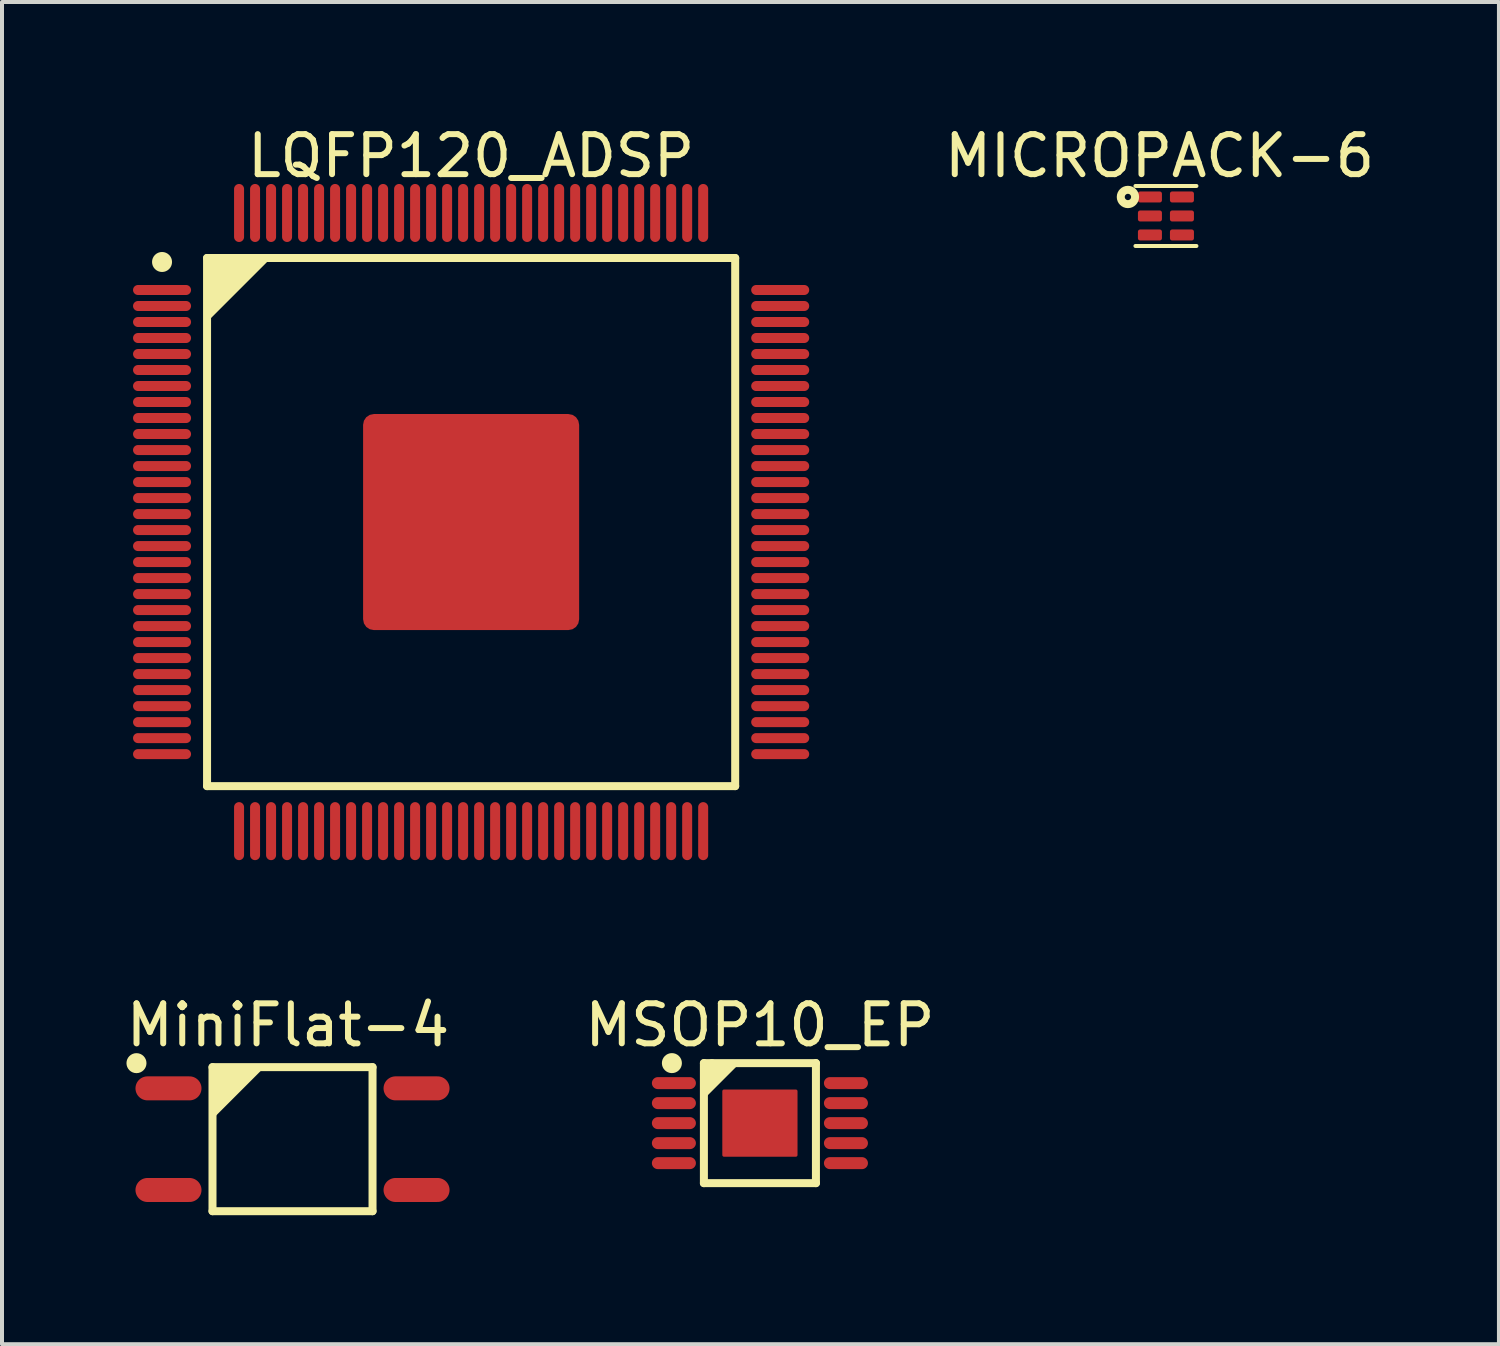
<source format=kicad_pcb>
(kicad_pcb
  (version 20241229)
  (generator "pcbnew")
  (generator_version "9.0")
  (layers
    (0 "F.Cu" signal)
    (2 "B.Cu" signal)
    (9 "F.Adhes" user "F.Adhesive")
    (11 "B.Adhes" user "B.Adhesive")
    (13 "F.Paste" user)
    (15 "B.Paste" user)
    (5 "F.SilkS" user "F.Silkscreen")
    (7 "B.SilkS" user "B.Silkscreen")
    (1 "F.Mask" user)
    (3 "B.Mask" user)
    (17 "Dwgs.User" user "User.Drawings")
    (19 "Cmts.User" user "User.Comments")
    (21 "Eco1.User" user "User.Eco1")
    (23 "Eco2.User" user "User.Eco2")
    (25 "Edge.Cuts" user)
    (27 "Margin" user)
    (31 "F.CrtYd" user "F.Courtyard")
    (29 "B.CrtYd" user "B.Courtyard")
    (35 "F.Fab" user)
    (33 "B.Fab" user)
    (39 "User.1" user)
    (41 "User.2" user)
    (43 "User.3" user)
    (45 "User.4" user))
  (footprint "LQFP120_ADSP"
    (layer "F.Cu")
    (at 8.725 9.998)
    (property "Reference" "LQFP120_ADSP" (at 0 -9.15 0) (layer "F.SilkS") (effects (font (size 1 1) (thickness 0.15))))
    (fp_line (start -6.6 -6.6) (end 6.6 -6.6) (stroke (width 0.2) (type solid)) (layer "F.SilkS"))
    (fp_line (start -6.6 6.6) (end -6.6 -6.6) (stroke (width 0.2) (type solid)) (layer "F.SilkS"))
    (fp_line (start -6.6 6.6) (end 6.6 6.6) (stroke (width 0.2) (type solid)) (layer "F.SilkS"))
    (fp_line (start 6.6 6.6) (end 6.6 -6.6) (stroke (width 0.2) (type solid)) (layer "F.SilkS"))
    (fp_circle (center -7.725 -6.5) (end -7.725 -6.625) (stroke (width 0.25) (type solid)) (fill no) (layer "F.SilkS"))
    (fp_poly (pts (xy -6.55 -6.55) (xy -5.05 -6.55) (xy -6.55 -5.05)) (stroke (width 0) (type default)) (fill yes) (layer "F.SilkS"))
    (fp_line (start -8.7 -8.7) (end 8.7 -8.7) (stroke (width 0.05) (type solid)) (layer "Eco2.User"))
    (fp_line (start -8.7 8.7) (end -8.7 -8.7) (stroke (width 0.05) (type solid)) (layer "Eco2.User"))
    (fp_line (start -8.7 8.7) (end 8.7 8.7) (stroke (width 0.05) (type solid)) (layer "Eco2.User"))
    (fp_line (start 8.7 8.7) (end 8.7 -8.7) (stroke (width 0.05) (type solid)) (layer "Eco2.User"))
    (fp_line (start -0.5 0) (end 0.5 0) (stroke (width 0.1) (type solid)) (layer "User.4"))
    (fp_line (start 0 0.5) (end 0 -0.5) (stroke (width 0.1) (type solid)) (layer "User.4"))
    (pad "1" smd oval (at -7.725 -5.8 90) (size 0.25 1.45) (layers "F.Cu" "F.Mask" "F.Paste"))
    (pad "2" smd oval (at -7.725 -5.4 90) (size 0.25 1.45) (layers "F.Cu" "F.Mask" "F.Paste"))
    (pad "3" smd oval (at -7.725 -5 90) (size 0.25 1.45) (layers "F.Cu" "F.Mask" "F.Paste"))
    (pad "4" smd oval (at -7.725 -4.6 90) (size 0.25 1.45) (layers "F.Cu" "F.Mask" "F.Paste"))
    (pad "5" smd oval (at -7.725 -4.2 90) (size 0.25 1.45) (layers "F.Cu" "F.Mask" "F.Paste"))
    (pad "6" smd oval (at -7.725 -3.8 90) (size 0.25 1.45) (layers "F.Cu" "F.Mask" "F.Paste"))
    (pad "7" smd oval (at -7.725 -3.4 90) (size 0.25 1.45) (layers "F.Cu" "F.Mask" "F.Paste"))
    (pad "8" smd oval (at -7.725 -3 90) (size 0.25 1.45) (layers "F.Cu" "F.Mask" "F.Paste"))
    (pad "9" smd oval (at -7.725 -2.6 90) (size 0.25 1.45) (layers "F.Cu" "F.Mask" "F.Paste"))
    (pad "10" smd oval (at -7.725 -2.2 90) (size 0.25 1.45) (layers "F.Cu" "F.Mask" "F.Paste"))
    (pad "11" smd oval (at -7.725 -1.8 90) (size 0.25 1.45) (layers "F.Cu" "F.Mask" "F.Paste"))
    (pad "12" smd oval (at -7.725 -1.4 90) (size 0.25 1.45) (layers "F.Cu" "F.Mask" "F.Paste"))
    (pad "13" smd oval (at -7.725 -1 90) (size 0.25 1.45) (layers "F.Cu" "F.Mask" "F.Paste"))
    (pad "14" smd oval (at -7.725 -0.6 90) (size 0.25 1.45) (layers "F.Cu" "F.Mask" "F.Paste"))
    (pad "15" smd oval (at -7.725 -0.2 90) (size 0.25 1.45) (layers "F.Cu" "F.Mask" "F.Paste"))
    (pad "16" smd oval (at -7.725 0.2 90) (size 0.25 1.45) (layers "F.Cu" "F.Mask" "F.Paste"))
    (pad "17" smd oval (at -7.725 0.6 90) (size 0.25 1.45) (layers "F.Cu" "F.Mask" "F.Paste"))
    (pad "18" smd oval (at -7.725 1 90) (size 0.25 1.45) (layers "F.Cu" "F.Mask" "F.Paste"))
    (pad "19" smd oval (at -7.725 1.4 90) (size 0.25 1.45) (layers "F.Cu" "F.Mask" "F.Paste"))
    (pad "20" smd oval (at -7.725 1.8 90) (size 0.25 1.45) (layers "F.Cu" "F.Mask" "F.Paste"))
    (pad "21" smd oval (at -7.725 2.2 90) (size 0.25 1.45) (layers "F.Cu" "F.Mask" "F.Paste"))
    (pad "22" smd oval (at -7.725 2.6 90) (size 0.25 1.45) (layers "F.Cu" "F.Mask" "F.Paste"))
    (pad "23" smd oval (at -7.725 3 90) (size 0.25 1.45) (layers "F.Cu" "F.Mask" "F.Paste"))
    (pad "24" smd oval (at -7.725 3.4 90) (size 0.25 1.45) (layers "F.Cu" "F.Mask" "F.Paste"))
    (pad "25" smd oval (at -7.725 3.8 90) (size 0.25 1.45) (layers "F.Cu" "F.Mask" "F.Paste"))
    (pad "26" smd oval (at -7.725 4.2 90) (size 0.25 1.45) (layers "F.Cu" "F.Mask" "F.Paste"))
    (pad "27" smd oval (at -7.725 4.6 90) (size 0.25 1.45) (layers "F.Cu" "F.Mask" "F.Paste"))
    (pad "28" smd oval (at -7.725 5 90) (size 0.25 1.45) (layers "F.Cu" "F.Mask" "F.Paste"))
    (pad "29" smd oval (at -7.725 5.4 90) (size 0.25 1.45) (layers "F.Cu" "F.Mask" "F.Paste"))
    (pad "30" smd oval (at -7.725 5.8 90) (size 0.25 1.45) (layers "F.Cu" "F.Mask" "F.Paste"))
    (pad "31" smd oval (at -5.8 7.725) (size 0.25 1.45) (layers "F.Cu" "F.Mask" "F.Paste"))
    (pad "32" smd oval (at -5.4 7.725) (size 0.25 1.45) (layers "F.Cu" "F.Mask" "F.Paste"))
    (pad "33" smd oval (at -5 7.725) (size 0.25 1.45) (layers "F.Cu" "F.Mask" "F.Paste"))
    (pad "34" smd oval (at -4.6 7.725) (size 0.25 1.45) (layers "F.Cu" "F.Mask" "F.Paste"))
    (pad "35" smd oval (at -4.2 7.725) (size 0.25 1.45) (layers "F.Cu" "F.Mask" "F.Paste"))
    (pad "36" smd oval (at -3.8 7.725) (size 0.25 1.45) (layers "F.Cu" "F.Mask" "F.Paste"))
    (pad "37" smd oval (at -3.4 7.725) (size 0.25 1.45) (layers "F.Cu" "F.Mask" "F.Paste"))
    (pad "38" smd oval (at -3 7.725) (size 0.25 1.45) (layers "F.Cu" "F.Mask" "F.Paste"))
    (pad "39" smd oval (at -2.6 7.725) (size 0.25 1.45) (layers "F.Cu" "F.Mask" "F.Paste"))
    (pad "40" smd oval (at -2.2 7.725) (size 0.25 1.45) (layers "F.Cu" "F.Mask" "F.Paste"))
    (pad "41" smd oval (at -1.8 7.725) (size 0.25 1.45) (layers "F.Cu" "F.Mask" "F.Paste"))
    (pad "42" smd oval (at -1.4 7.725) (size 0.25 1.45) (layers "F.Cu" "F.Mask" "F.Paste"))
    (pad "43" smd oval (at -1 7.725) (size 0.25 1.45) (layers "F.Cu" "F.Mask" "F.Paste"))
    (pad "44" smd oval (at -0.6 7.725) (size 0.25 1.45) (layers "F.Cu" "F.Mask" "F.Paste"))
    (pad "45" smd oval (at -0.2 7.725) (size 0.25 1.45) (layers "F.Cu" "F.Mask" "F.Paste"))
    (pad "46" smd oval (at 0.2 7.725) (size 0.25 1.45) (layers "F.Cu" "F.Mask" "F.Paste"))
    (pad "47" smd oval (at 0.6 7.725) (size 0.25 1.45) (layers "F.Cu" "F.Mask" "F.Paste"))
    (pad "48" smd oval (at 1 7.725) (size 0.25 1.45) (layers "F.Cu" "F.Mask" "F.Paste"))
    (pad "49" smd oval (at 1.4 7.725) (size 0.25 1.45) (layers "F.Cu" "F.Mask" "F.Paste"))
    (pad "50" smd oval (at 1.8 7.725) (size 0.25 1.45) (layers "F.Cu" "F.Mask" "F.Paste"))
    (pad "51" smd oval (at 2.2 7.725) (size 0.25 1.45) (layers "F.Cu" "F.Mask" "F.Paste"))
    (pad "52" smd oval (at 2.6 7.725) (size 0.25 1.45) (layers "F.Cu" "F.Mask" "F.Paste"))
    (pad "53" smd oval (at 3 7.725) (size 0.25 1.45) (layers "F.Cu" "F.Mask" "F.Paste"))
    (pad "54" smd oval (at 3.4 7.725) (size 0.25 1.45) (layers "F.Cu" "F.Mask" "F.Paste"))
    (pad "55" smd oval (at 3.8 7.725) (size 0.25 1.45) (layers "F.Cu" "F.Mask" "F.Paste"))
    (pad "56" smd oval (at 4.2 7.725) (size 0.25 1.45) (layers "F.Cu" "F.Mask" "F.Paste"))
    (pad "57" smd oval (at 4.6 7.725) (size 0.25 1.45) (layers "F.Cu" "F.Mask" "F.Paste"))
    (pad "58" smd oval (at 5 7.725) (size 0.25 1.45) (layers "F.Cu" "F.Mask" "F.Paste"))
    (pad "59" smd oval (at 5.4 7.725) (size 0.25 1.45) (layers "F.Cu" "F.Mask" "F.Paste"))
    (pad "60" smd oval (at 5.8 7.725) (size 0.25 1.45) (layers "F.Cu" "F.Mask" "F.Paste"))
    (pad "61" smd oval (at 7.725 5.8 90) (size 0.25 1.45) (layers "F.Cu" "F.Mask" "F.Paste"))
    (pad "62" smd oval (at 7.725 5.4 90) (size 0.25 1.45) (layers "F.Cu" "F.Mask" "F.Paste"))
    (pad "63" smd oval (at 7.725 5 90) (size 0.25 1.45) (layers "F.Cu" "F.Mask" "F.Paste"))
    (pad "64" smd oval (at 7.725 4.6 90) (size 0.25 1.45) (layers "F.Cu" "F.Mask" "F.Paste"))
    (pad "65" smd oval (at 7.725 4.2 90) (size 0.25 1.45) (layers "F.Cu" "F.Mask" "F.Paste"))
    (pad "66" smd oval (at 7.725 3.8 90) (size 0.25 1.45) (layers "F.Cu" "F.Mask" "F.Paste"))
    (pad "67" smd oval (at 7.725 3.4 90) (size 0.25 1.45) (layers "F.Cu" "F.Mask" "F.Paste"))
    (pad "68" smd oval (at 7.725 3 90) (size 0.25 1.45) (layers "F.Cu" "F.Mask" "F.Paste"))
    (pad "69" smd oval (at 7.725 2.6 90) (size 0.25 1.45) (layers "F.Cu" "F.Mask" "F.Paste"))
    (pad "70" smd oval (at 7.725 2.2 90) (size 0.25 1.45) (layers "F.Cu" "F.Mask" "F.Paste"))
    (pad "71" smd oval (at 7.725 1.8 90) (size 0.25 1.45) (layers "F.Cu" "F.Mask" "F.Paste"))
    (pad "72" smd oval (at 7.725 1.4 90) (size 0.25 1.45) (layers "F.Cu" "F.Mask" "F.Paste"))
    (pad "73" smd oval (at 7.725 1 90) (size 0.25 1.45) (layers "F.Cu" "F.Mask" "F.Paste"))
    (pad "74" smd oval (at 7.725 0.6 90) (size 0.25 1.45) (layers "F.Cu" "F.Mask" "F.Paste"))
    (pad "75" smd oval (at 7.725 0.2 90) (size 0.25 1.45) (layers "F.Cu" "F.Mask" "F.Paste"))
    (pad "76" smd oval (at 7.725 -0.2 90) (size 0.25 1.45) (layers "F.Cu" "F.Mask" "F.Paste"))
    (pad "77" smd oval (at 7.725 -0.6 90) (size 0.25 1.45) (layers "F.Cu" "F.Mask" "F.Paste"))
    (pad "78" smd oval (at 7.725 -1 90) (size 0.25 1.45) (layers "F.Cu" "F.Mask" "F.Paste"))
    (pad "79" smd oval (at 7.725 -1.4 90) (size 0.25 1.45) (layers "F.Cu" "F.Mask" "F.Paste"))
    (pad "80" smd oval (at 7.725 -1.8 90) (size 0.25 1.45) (layers "F.Cu" "F.Mask" "F.Paste"))
    (pad "81" smd oval (at 7.725 -2.2 90) (size 0.25 1.45) (layers "F.Cu" "F.Mask" "F.Paste"))
    (pad "82" smd oval (at 7.725 -2.6 90) (size 0.25 1.45) (layers "F.Cu" "F.Mask" "F.Paste"))
    (pad "83" smd oval (at 7.725 -3 90) (size 0.25 1.45) (layers "F.Cu" "F.Mask" "F.Paste"))
    (pad "84" smd oval (at 7.725 -3.4 90) (size 0.25 1.45) (layers "F.Cu" "F.Mask" "F.Paste"))
    (pad "85" smd oval (at 7.725 -3.8 90) (size 0.25 1.45) (layers "F.Cu" "F.Mask" "F.Paste"))
    (pad "86" smd oval (at 7.725 -4.2 90) (size 0.25 1.45) (layers "F.Cu" "F.Mask" "F.Paste"))
    (pad "87" smd oval (at 7.725 -4.6 90) (size 0.25 1.45) (layers "F.Cu" "F.Mask" "F.Paste"))
    (pad "88" smd oval (at 7.725 -5 90) (size 0.25 1.45) (layers "F.Cu" "F.Mask" "F.Paste"))
    (pad "89" smd oval (at 7.725 -5.4 90) (size 0.25 1.45) (layers "F.Cu" "F.Mask" "F.Paste"))
    (pad "90" smd oval (at 7.725 -5.8 90) (size 0.25 1.45) (layers "F.Cu" "F.Mask" "F.Paste"))
    (pad "91" smd oval (at 5.8 -7.725) (size 0.25 1.45) (layers "F.Cu" "F.Mask" "F.Paste"))
    (pad "92" smd oval (at 5.4 -7.725) (size 0.25 1.45) (layers "F.Cu" "F.Mask" "F.Paste"))
    (pad "93" smd oval (at 5 -7.725) (size 0.25 1.45) (layers "F.Cu" "F.Mask" "F.Paste"))
    (pad "94" smd oval (at 4.6 -7.725) (size 0.25 1.45) (layers "F.Cu" "F.Mask" "F.Paste"))
    (pad "95" smd oval (at 4.2 -7.725) (size 0.25 1.45) (layers "F.Cu" "F.Mask" "F.Paste"))
    (pad "96" smd oval (at 3.8 -7.725) (size 0.25 1.45) (layers "F.Cu" "F.Mask" "F.Paste"))
    (pad "97" smd oval (at 3.4 -7.725) (size 0.25 1.45) (layers "F.Cu" "F.Mask" "F.Paste"))
    (pad "98" smd oval (at 3 -7.725) (size 0.25 1.45) (layers "F.Cu" "F.Mask" "F.Paste"))
    (pad "99" smd oval (at 2.6 -7.725) (size 0.25 1.45) (layers "F.Cu" "F.Mask" "F.Paste"))
    (pad "100" smd oval (at 2.2 -7.725) (size 0.25 1.45) (layers "F.Cu" "F.Mask" "F.Paste"))
    (pad "101" smd oval (at 1.8 -7.725) (size 0.25 1.45) (layers "F.Cu" "F.Mask" "F.Paste"))
    (pad "102" smd oval (at 1.4 -7.725) (size 0.25 1.45) (layers "F.Cu" "F.Mask" "F.Paste"))
    (pad "103" smd oval (at 1 -7.725) (size 0.25 1.45) (layers "F.Cu" "F.Mask" "F.Paste"))
    (pad "104" smd oval (at 0.6 -7.725) (size 0.25 1.45) (layers "F.Cu" "F.Mask" "F.Paste"))
    (pad "105" smd oval (at 0.2 -7.725) (size 0.25 1.45) (layers "F.Cu" "F.Mask" "F.Paste"))
    (pad "106" smd oval (at -0.2 -7.725) (size 0.25 1.45) (layers "F.Cu" "F.Mask" "F.Paste"))
    (pad "107" smd oval (at -0.6 -7.725) (size 0.25 1.45) (layers "F.Cu" "F.Mask" "F.Paste"))
    (pad "108" smd oval (at -1 -7.725) (size 0.25 1.45) (layers "F.Cu" "F.Mask" "F.Paste"))
    (pad "109" smd oval (at -1.4 -7.725) (size 0.25 1.45) (layers "F.Cu" "F.Mask" "F.Paste"))
    (pad "110" smd oval (at -1.8 -7.725) (size 0.25 1.45) (layers "F.Cu" "F.Mask" "F.Paste"))
    (pad "111" smd oval (at -2.2 -7.725) (size 0.25 1.45) (layers "F.Cu" "F.Mask" "F.Paste"))
    (pad "112" smd oval (at -2.6 -7.725) (size 0.25 1.45) (layers "F.Cu" "F.Mask" "F.Paste"))
    (pad "113" smd oval (at -3 -7.725) (size 0.25 1.45) (layers "F.Cu" "F.Mask" "F.Paste"))
    (pad "114" smd oval (at -3.4 -7.725) (size 0.25 1.45) (layers "F.Cu" "F.Mask" "F.Paste"))
    (pad "115" smd oval (at -3.8 -7.725) (size 0.25 1.45) (layers "F.Cu" "F.Mask" "F.Paste"))
    (pad "116" smd oval (at -4.2 -7.725) (size 0.25 1.45) (layers "F.Cu" "F.Mask" "F.Paste"))
    (pad "117" smd oval (at -4.6 -7.725) (size 0.25 1.45) (layers "F.Cu" "F.Mask" "F.Paste"))
    (pad "118" smd oval (at -5 -7.725) (size 0.25 1.45) (layers "F.Cu" "F.Mask" "F.Paste"))
    (pad "119" smd oval (at -5.4 -7.725) (size 0.25 1.45) (layers "F.Cu" "F.Mask" "F.Paste"))
    (pad "120" smd oval (at -5.8 -7.725) (size 0.25 1.45) (layers "F.Cu" "F.Mask" "F.Paste"))
    (pad "121" smd roundrect (at 0 0) (size 5.4 5.4) (layers "F.Cu" "F.Mask" "F.Paste") (roundrect_rratio 0.05)))
  (footprint "MICROPACK-6"
    (layer "F.Cu")
    (at 26.091 2.348)
    (property "Reference" "MICROPACK-6" (at -0.159 -1.5 0) (layer "F.SilkS") (effects (font (size 1 1) (thickness 0.15))))
    (fp_line (start -0.762 -0.75) (end 0.762 -0.75) (stroke (width 0.1) (type solid)) (layer "F.SilkS"))
    (fp_line (start -0.762 0.75) (end 0.762 0.75) (stroke (width 0.1) (type solid)) (layer "F.SilkS"))
    (fp_circle (center -0.95 -0.475) (end -0.95 -0.554) (stroke (width 0.2) (type solid)) (fill no) (layer "F.SilkS"))
    (pad "1" smd roundrect (at -0.4 -0.475) (size 0.6 0.275) (layers "F.Cu" "F.Mask" "F.Paste") (roundrect_rratio 0.2))
    (pad "2" smd roundrect (at -0.4 0) (size 0.6 0.275) (layers "F.Cu" "F.Mask" "F.Paste") (roundrect_rratio 0.2))
    (pad "3" smd roundrect (at -0.4 0.475) (size 0.6 0.275) (layers "F.Cu" "F.Mask" "F.Paste") (roundrect_rratio 0.2))
    (pad "4" smd roundrect (at 0.4 0.475) (size 0.6 0.275) (layers "F.Cu" "F.Mask" "F.Paste") (roundrect_rratio 0.2))
    (pad "5" smd roundrect (at 0.4 0) (size 0.6 0.275) (layers "F.Cu" "F.Mask" "F.Paste") (roundrect_rratio 0.2))
    (pad "6" smd roundrect (at 0.4 -0.475) (size 0.6 0.275) (layers "F.Cu" "F.Mask" "F.Paste") (roundrect_rratio 0.2)))
  (footprint "MSOP10_EP"
    (layer "F.Cu")
    (at 15.943 25.021)
    (property "Reference" "MSOP10_EP" (at 0 -2.45 0) (layer "F.SilkS") (effects (font (size 1 1) (thickness 0.15))))
    (fp_line (start -1.4 -1.5) (end -1.2 -1.5) (stroke (width 0.2) (type solid)) (layer "F.SilkS"))
    (fp_line (start -1.4 1.5) (end -1.4 -1.5) (stroke (width 0.2) (type solid)) (layer "F.SilkS"))
    (fp_line (start -1.4 1.5) (end 1.4 1.5) (stroke (width 0.2) (type solid)) (layer "F.SilkS"))
    (fp_line (start -1.2 -1.5) (end 1.4 -1.5) (stroke (width 0.2) (type solid)) (layer "F.SilkS"))
    (fp_line (start 1.4 1.5) (end 1.4 -1.5) (stroke (width 0.2) (type solid)) (layer "F.SilkS"))
    (fp_circle (center -2.2 -1.5) (end -2.2 -1.625) (stroke (width 0.25) (type solid)) (fill no) (layer "F.SilkS"))
    (fp_poly (pts (xy -0.5 -1.5) (xy -1.4 -0.6) (xy -1.4 -1.5)) (stroke (width 0) (type default)) (fill yes) (layer "F.SilkS"))
    (fp_line (start -2.775 -1.6) (end 2.775 -1.6) (stroke (width 0.05) (type solid)) (layer "Eco2.User"))
    (fp_line (start -2.775 1.6) (end -2.775 -1.6) (stroke (width 0.05) (type solid)) (layer "Eco2.User"))
    (fp_line (start -2.775 1.6) (end 2.775 1.6) (stroke (width 0.05) (type solid)) (layer "Eco2.User"))
    (fp_line (start -0.5 0) (end 0.5 0) (stroke (width 0.1) (type solid)) (layer "Eco2.User"))
    (fp_line (start 0 0.5) (end 0 -0.5) (stroke (width 0.1) (type solid)) (layer "Eco2.User"))
    (fp_line (start 2.775 1.6) (end 2.775 -1.6) (stroke (width 0.05) (type solid)) (layer "Eco2.User"))
    (pad "1" smd oval (at -2.15 -1 90) (size 0.3 1.1) (layers "F.Cu" "F.Mask" "F.Paste"))
    (pad "2" smd oval (at -2.15 -0.5 90) (size 0.3 1.1) (layers "F.Cu" "F.Mask" "F.Paste"))
    (pad "3" smd oval (at -2.15 0 90) (size 0.3 1.1) (layers "F.Cu" "F.Mask" "F.Paste"))
    (pad "4" smd oval (at -2.15 0.5 90) (size 0.3 1.1) (layers "F.Cu" "F.Mask" "F.Paste"))
    (pad "5" smd oval (at -2.15 1 90) (size 0.3 1.1) (layers "F.Cu" "F.Mask" "F.Paste"))
    (pad "6" smd oval (at 2.15 1 90) (size 0.3 1.1) (layers "F.Cu" "F.Mask" "F.Paste"))
    (pad "7" smd oval (at 2.15 0.5 90) (size 0.3 1.1) (layers "F.Cu" "F.Mask" "F.Paste"))
    (pad "8" smd oval (at 2.15 0 90) (size 0.3 1.1) (layers "F.Cu" "F.Mask" "F.Paste"))
    (pad "9" smd oval (at 2.15 -0.5 90) (size 0.3 1.1) (layers "F.Cu" "F.Mask" "F.Paste"))
    (pad "10" smd oval (at 2.15 -1 90) (size 0.3 1.1) (layers "F.Cu" "F.Mask" "F.Paste"))
    (pad "11" smd roundrect (at 0 0) (size 1.88 1.68) (layers "F.Cu" "F.Mask" "F.Paste") (roundrect_rratio 0.025)))
  (footprint "MiniFlat-4"
    (layer "F.Cu")
    (at 4.261 25.422)
    (property "Reference" "MiniFlat-4" (at -0.113 -2.85 0) (layer "F.SilkS") (effects (font (size 1 1) (thickness 0.15))))
    (fp_line (start -2 -1.8) (end 2 -1.8) (stroke (width 0.2) (type solid)) (layer "F.SilkS"))
    (fp_line (start -2 1.8) (end -2 -1.8) (stroke (width 0.2) (type solid)) (layer "F.SilkS"))
    (fp_line (start -2 1.8) (end 2 1.8) (stroke (width 0.2) (type solid)) (layer "F.SilkS"))
    (fp_line (start 2 1.8) (end 2 -1.8) (stroke (width 0.2) (type solid)) (layer "F.SilkS"))
    (fp_circle (center -3.9 -1.9) (end -3.9 -2.025) (stroke (width 0.25) (type solid)) (fill no) (layer "F.SilkS"))
    (fp_poly (pts (xy -0.7 -1.8) (xy -2 -0.5) (xy -2 -1.8)) (stroke (width 0) (type default)) (fill yes) (layer "F.SilkS"))
    (fp_line (start -4.175 -2.1) (end 4.175 -2.1) (stroke (width 0.05) (type solid)) (layer "Eco2.User"))
    (fp_line (start -4.175 2.1) (end -4.175 -2.1) (stroke (width 0.05) (type solid)) (layer "Eco2.User"))
    (fp_line (start -4.175 2.1) (end 4.175 2.1) (stroke (width 0.05) (type solid)) (layer "Eco2.User"))
    (fp_line (start -0.5 0) (end 0.5 0) (stroke (width 0.1) (type solid)) (layer "Eco2.User"))
    (fp_line (start 0 0.5) (end 0 -0.5) (stroke (width 0.1) (type solid)) (layer "Eco2.User"))
    (fp_line (start 4.175 2.1) (end 4.175 -2.1) (stroke (width 0.05) (type solid)) (layer "Eco2.User"))
    (pad "1" smd oval (at -3.1 -1.27 90) (size 0.6 1.65) (layers "F.Cu" "F.Mask" "F.Paste"))
    (pad "2" smd oval (at -3.1 1.27 90) (size 0.6 1.65) (layers "F.Cu" "F.Mask" "F.Paste"))
    (pad "3" smd oval (at 3.1 1.27 90) (size 0.6 1.65) (layers "F.Cu" "F.Mask" "F.Paste"))
    (pad "4" smd oval (at 3.1 -1.27 90) (size 0.6 1.65) (layers "F.Cu" "F.Mask" "F.Paste")))
  (gr_rect
    (start -3 -3)
    (end 34.414 30.547)
    (stroke (width 0.1) (type default))
    (fill no)
    (layer "Edge.Cuts")))
</source>
